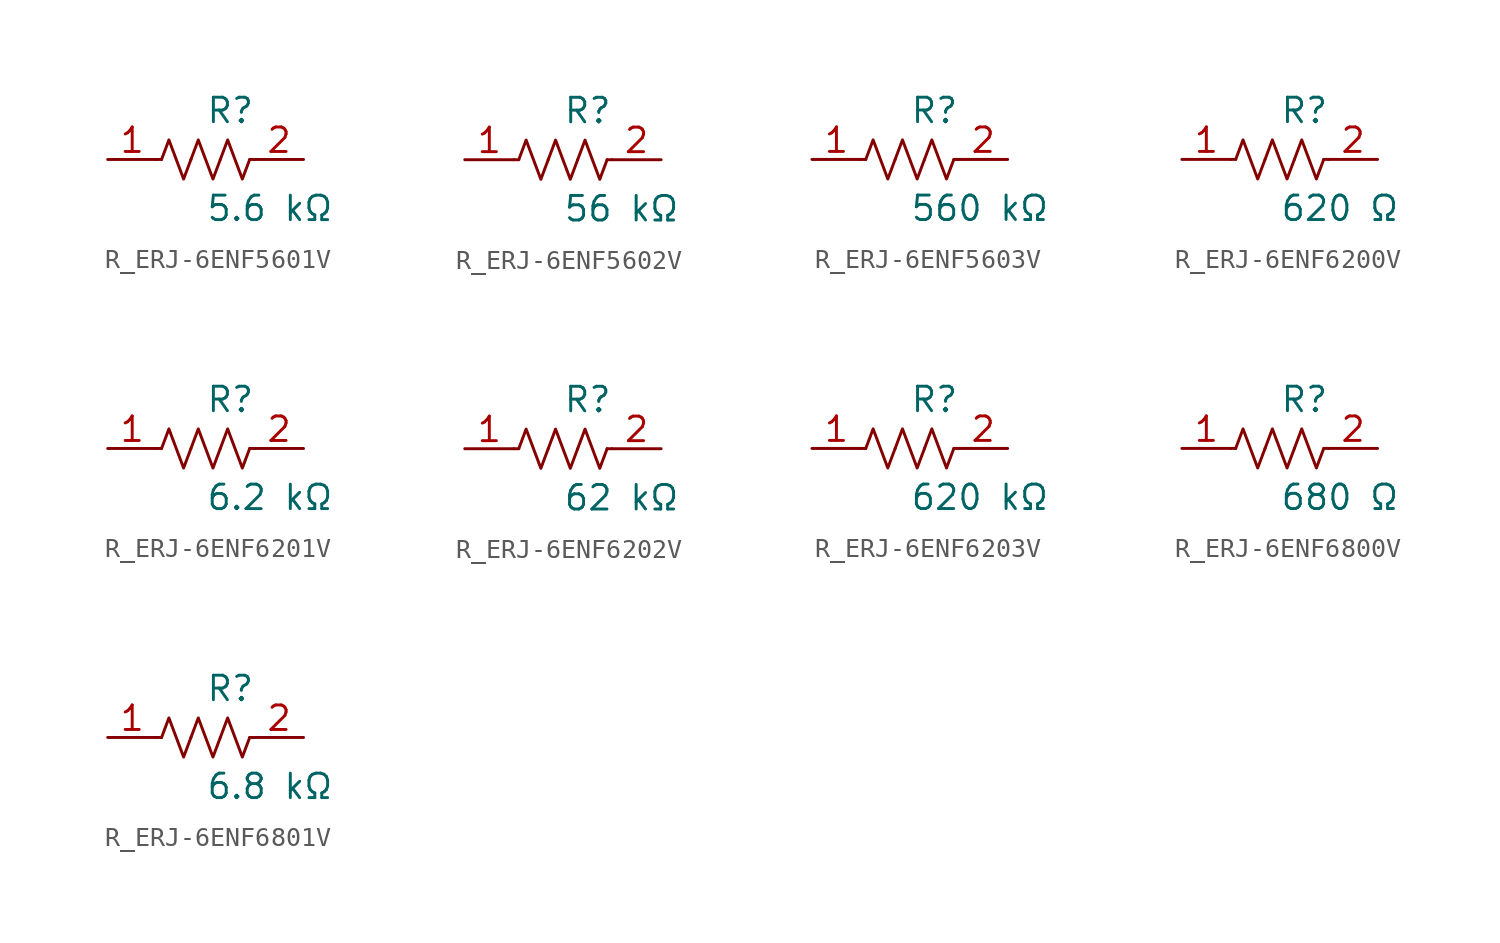
<source format=kicad_sym>
(kicad_symbol_lib
  (version 20231120)
  (generator kicad_symbol_editor)
  (generator_version 8.0)
  (symbol "R_ERJ-6ENF5601V"
    (pin_names
      (offset 0.254))
    (property "Reference" "R"
      (at 0.0 2.54 0)
      (effects (font (size 1.27 1.27)) (justify left)))
    (property "Value" "5.6 kΩ"
      (at 0.0 -2.54 0)
      (effects (font (size 1.27 1.27)) (justify left)))
    (symbol "R_ERJ-6ENF5601V_0_1"
      (polyline (pts (xy 2.286 0) (xy 2.54 0)) (stroke (width 0) (type default)) (fill (type none)))
      (polyline (pts (xy -2.286 0) (xy -2.54 0)) (stroke (width 0) (type default)) (fill (type none)))
      (polyline (pts (xy 0.762 0) (xy 1.143 1.016) (xy 1.524 0) (xy 1.905 -1.016) (xy 2.286 0)) (stroke (width 0) (type default)) (fill (type none)))
      (polyline (pts (xy -0.762 0) (xy -0.381 1.016) (xy 0 0) (xy 0.381 -1.016) (xy 0.762 0)) (stroke (width 0) (type default)) (fill (type none)))
      (polyline (pts (xy -2.286 0) (xy -1.905 1.016) (xy -1.524 0) (xy -1.143 -1.016) (xy -0.762 0)) (stroke (width 0) (type default)) (fill (type none))))
    (pin unspecified line
      (at -5.08 0 0)
      (length 2.54)
      (name "" (effects (font (size 1.27 1.27))))
      (number "1" (effects (font (size 1.27 1.27)))))
    (pin unspecified line
      (at 5.08 0 180)
      (length 2.54)
      (name "" (effects (font (size 1.27 1.27))))
      (number "2" (effects (font (size 1.27 1.27))))))
  (symbol "R_ERJ-6ENF5602V"
    (pin_names
      (offset 0.254))
    (property "Reference" "R"
      (at 0.0 2.54 0)
      (effects (font (size 1.27 1.27)) (justify left)))
    (property "Value" "56 kΩ"
      (at 0.0 -2.54 0)
      (effects (font (size 1.27 1.27)) (justify left)))
    (symbol "R_ERJ-6ENF5602V_0_1"
      (polyline (pts (xy 2.286 0) (xy 2.54 0)) (stroke (width 0) (type default)) (fill (type none)))
      (polyline (pts (xy -2.286 0) (xy -2.54 0)) (stroke (width 0) (type default)) (fill (type none)))
      (polyline (pts (xy 0.762 0) (xy 1.143 1.016) (xy 1.524 0) (xy 1.905 -1.016) (xy 2.286 0)) (stroke (width 0) (type default)) (fill (type none)))
      (polyline (pts (xy -0.762 0) (xy -0.381 1.016) (xy 0 0) (xy 0.381 -1.016) (xy 0.762 0)) (stroke (width 0) (type default)) (fill (type none)))
      (polyline (pts (xy -2.286 0) (xy -1.905 1.016) (xy -1.524 0) (xy -1.143 -1.016) (xy -0.762 0)) (stroke (width 0) (type default)) (fill (type none))))
    (pin unspecified line
      (at -5.08 0 0)
      (length 2.54)
      (name "" (effects (font (size 1.27 1.27))))
      (number "1" (effects (font (size 1.27 1.27)))))
    (pin unspecified line
      (at 5.08 0 180)
      (length 2.54)
      (name "" (effects (font (size 1.27 1.27))))
      (number "2" (effects (font (size 1.27 1.27))))))
  (symbol "R_ERJ-6ENF5603V"
    (pin_names
      (offset 0.254))
    (property "Reference" "R"
      (at 0.0 2.54 0)
      (effects (font (size 1.27 1.27)) (justify left)))
    (property "Value" "560 kΩ"
      (at 0.0 -2.54 0)
      (effects (font (size 1.27 1.27)) (justify left)))
    (symbol "R_ERJ-6ENF5603V_0_1"
      (polyline (pts (xy 2.286 0) (xy 2.54 0)) (stroke (width 0) (type default)) (fill (type none)))
      (polyline (pts (xy -2.286 0) (xy -2.54 0)) (stroke (width 0) (type default)) (fill (type none)))
      (polyline (pts (xy 0.762 0) (xy 1.143 1.016) (xy 1.524 0) (xy 1.905 -1.016) (xy 2.286 0)) (stroke (width 0) (type default)) (fill (type none)))
      (polyline (pts (xy -0.762 0) (xy -0.381 1.016) (xy 0 0) (xy 0.381 -1.016) (xy 0.762 0)) (stroke (width 0) (type default)) (fill (type none)))
      (polyline (pts (xy -2.286 0) (xy -1.905 1.016) (xy -1.524 0) (xy -1.143 -1.016) (xy -0.762 0)) (stroke (width 0) (type default)) (fill (type none))))
    (pin unspecified line
      (at -5.08 0 0)
      (length 2.54)
      (name "" (effects (font (size 1.27 1.27))))
      (number "1" (effects (font (size 1.27 1.27)))))
    (pin unspecified line
      (at 5.08 0 180)
      (length 2.54)
      (name "" (effects (font (size 1.27 1.27))))
      (number "2" (effects (font (size 1.27 1.27))))))
  (symbol "R_ERJ-6ENF6200V"
    (pin_names
      (offset 0.254))
    (property "Reference" "R"
      (at 0.0 2.54 0)
      (effects (font (size 1.27 1.27)) (justify left)))
    (property "Value" "620 Ω"
      (at 0.0 -2.54 0)
      (effects (font (size 1.27 1.27)) (justify left)))
    (symbol "R_ERJ-6ENF6200V_0_1"
      (polyline (pts (xy 2.286 0) (xy 2.54 0)) (stroke (width 0) (type default)) (fill (type none)))
      (polyline (pts (xy -2.286 0) (xy -2.54 0)) (stroke (width 0) (type default)) (fill (type none)))
      (polyline (pts (xy 0.762 0) (xy 1.143 1.016) (xy 1.524 0) (xy 1.905 -1.016) (xy 2.286 0)) (stroke (width 0) (type default)) (fill (type none)))
      (polyline (pts (xy -0.762 0) (xy -0.381 1.016) (xy 0 0) (xy 0.381 -1.016) (xy 0.762 0)) (stroke (width 0) (type default)) (fill (type none)))
      (polyline (pts (xy -2.286 0) (xy -1.905 1.016) (xy -1.524 0) (xy -1.143 -1.016) (xy -0.762 0)) (stroke (width 0) (type default)) (fill (type none))))
    (pin unspecified line
      (at -5.08 0 0)
      (length 2.54)
      (name "" (effects (font (size 1.27 1.27))))
      (number "1" (effects (font (size 1.27 1.27)))))
    (pin unspecified line
      (at 5.08 0 180)
      (length 2.54)
      (name "" (effects (font (size 1.27 1.27))))
      (number "2" (effects (font (size 1.27 1.27))))))
  (symbol "R_ERJ-6ENF6201V"
    (pin_names
      (offset 0.254))
    (property "Reference" "R"
      (at 0.0 2.54 0)
      (effects (font (size 1.27 1.27)) (justify left)))
    (property "Value" "6.2 kΩ"
      (at 0.0 -2.54 0)
      (effects (font (size 1.27 1.27)) (justify left)))
    (symbol "R_ERJ-6ENF6201V_0_1"
      (polyline (pts (xy 2.286 0) (xy 2.54 0)) (stroke (width 0) (type default)) (fill (type none)))
      (polyline (pts (xy -2.286 0) (xy -2.54 0)) (stroke (width 0) (type default)) (fill (type none)))
      (polyline (pts (xy 0.762 0) (xy 1.143 1.016) (xy 1.524 0) (xy 1.905 -1.016) (xy 2.286 0)) (stroke (width 0) (type default)) (fill (type none)))
      (polyline (pts (xy -0.762 0) (xy -0.381 1.016) (xy 0 0) (xy 0.381 -1.016) (xy 0.762 0)) (stroke (width 0) (type default)) (fill (type none)))
      (polyline (pts (xy -2.286 0) (xy -1.905 1.016) (xy -1.524 0) (xy -1.143 -1.016) (xy -0.762 0)) (stroke (width 0) (type default)) (fill (type none))))
    (pin unspecified line
      (at -5.08 0 0)
      (length 2.54)
      (name "" (effects (font (size 1.27 1.27))))
      (number "1" (effects (font (size 1.27 1.27)))))
    (pin unspecified line
      (at 5.08 0 180)
      (length 2.54)
      (name "" (effects (font (size 1.27 1.27))))
      (number "2" (effects (font (size 1.27 1.27))))))
  (symbol "R_ERJ-6ENF6202V"
    (pin_names
      (offset 0.254))
    (property "Reference" "R"
      (at 0.0 2.54 0)
      (effects (font (size 1.27 1.27)) (justify left)))
    (property "Value" "62 kΩ"
      (at 0.0 -2.54 0)
      (effects (font (size 1.27 1.27)) (justify left)))
    (symbol "R_ERJ-6ENF6202V_0_1"
      (polyline (pts (xy 2.286 0) (xy 2.54 0)) (stroke (width 0) (type default)) (fill (type none)))
      (polyline (pts (xy -2.286 0) (xy -2.54 0)) (stroke (width 0) (type default)) (fill (type none)))
      (polyline (pts (xy 0.762 0) (xy 1.143 1.016) (xy 1.524 0) (xy 1.905 -1.016) (xy 2.286 0)) (stroke (width 0) (type default)) (fill (type none)))
      (polyline (pts (xy -0.762 0) (xy -0.381 1.016) (xy 0 0) (xy 0.381 -1.016) (xy 0.762 0)) (stroke (width 0) (type default)) (fill (type none)))
      (polyline (pts (xy -2.286 0) (xy -1.905 1.016) (xy -1.524 0) (xy -1.143 -1.016) (xy -0.762 0)) (stroke (width 0) (type default)) (fill (type none))))
    (pin unspecified line
      (at -5.08 0 0)
      (length 2.54)
      (name "" (effects (font (size 1.27 1.27))))
      (number "1" (effects (font (size 1.27 1.27)))))
    (pin unspecified line
      (at 5.08 0 180)
      (length 2.54)
      (name "" (effects (font (size 1.27 1.27))))
      (number "2" (effects (font (size 1.27 1.27))))))
  (symbol "R_ERJ-6ENF6203V"
    (pin_names
      (offset 0.254))
    (property "Reference" "R"
      (at 0.0 2.54 0)
      (effects (font (size 1.27 1.27)) (justify left)))
    (property "Value" "620 kΩ"
      (at 0.0 -2.54 0)
      (effects (font (size 1.27 1.27)) (justify left)))
    (symbol "R_ERJ-6ENF6203V_0_1"
      (polyline (pts (xy 2.286 0) (xy 2.54 0)) (stroke (width 0) (type default)) (fill (type none)))
      (polyline (pts (xy -2.286 0) (xy -2.54 0)) (stroke (width 0) (type default)) (fill (type none)))
      (polyline (pts (xy 0.762 0) (xy 1.143 1.016) (xy 1.524 0) (xy 1.905 -1.016) (xy 2.286 0)) (stroke (width 0) (type default)) (fill (type none)))
      (polyline (pts (xy -0.762 0) (xy -0.381 1.016) (xy 0 0) (xy 0.381 -1.016) (xy 0.762 0)) (stroke (width 0) (type default)) (fill (type none)))
      (polyline (pts (xy -2.286 0) (xy -1.905 1.016) (xy -1.524 0) (xy -1.143 -1.016) (xy -0.762 0)) (stroke (width 0) (type default)) (fill (type none))))
    (pin unspecified line
      (at -5.08 0 0)
      (length 2.54)
      (name "" (effects (font (size 1.27 1.27))))
      (number "1" (effects (font (size 1.27 1.27)))))
    (pin unspecified line
      (at 5.08 0 180)
      (length 2.54)
      (name "" (effects (font (size 1.27 1.27))))
      (number "2" (effects (font (size 1.27 1.27))))))
  (symbol "R_ERJ-6ENF6800V"
    (pin_names
      (offset 0.254))
    (property "Reference" "R"
      (at 0.0 2.54 0)
      (effects (font (size 1.27 1.27)) (justify left)))
    (property "Value" "680 Ω"
      (at 0.0 -2.54 0)
      (effects (font (size 1.27 1.27)) (justify left)))
    (symbol "R_ERJ-6ENF6800V_0_1"
      (polyline (pts (xy 2.286 0) (xy 2.54 0)) (stroke (width 0) (type default)) (fill (type none)))
      (polyline (pts (xy -2.286 0) (xy -2.54 0)) (stroke (width 0) (type default)) (fill (type none)))
      (polyline (pts (xy 0.762 0) (xy 1.143 1.016) (xy 1.524 0) (xy 1.905 -1.016) (xy 2.286 0)) (stroke (width 0) (type default)) (fill (type none)))
      (polyline (pts (xy -0.762 0) (xy -0.381 1.016) (xy 0 0) (xy 0.381 -1.016) (xy 0.762 0)) (stroke (width 0) (type default)) (fill (type none)))
      (polyline (pts (xy -2.286 0) (xy -1.905 1.016) (xy -1.524 0) (xy -1.143 -1.016) (xy -0.762 0)) (stroke (width 0) (type default)) (fill (type none))))
    (pin unspecified line
      (at -5.08 0 0)
      (length 2.54)
      (name "" (effects (font (size 1.27 1.27))))
      (number "1" (effects (font (size 1.27 1.27)))))
    (pin unspecified line
      (at 5.08 0 180)
      (length 2.54)
      (name "" (effects (font (size 1.27 1.27))))
      (number "2" (effects (font (size 1.27 1.27))))))
  (symbol "R_ERJ-6ENF6801V"
    (pin_names
      (offset 0.254))
    (property "Reference" "R"
      (at 0.0 2.54 0)
      (effects (font (size 1.27 1.27)) (justify left)))
    (property "Value" "6.8 kΩ"
      (at 0.0 -2.54 0)
      (effects (font (size 1.27 1.27)) (justify left)))
    (symbol "R_ERJ-6ENF6801V_0_1"
      (polyline (pts (xy 2.286 0) (xy 2.54 0)) (stroke (width 0) (type default)) (fill (type none)))
      (polyline (pts (xy -2.286 0) (xy -2.54 0)) (stroke (width 0) (type default)) (fill (type none)))
      (polyline (pts (xy 0.762 0) (xy 1.143 1.016) (xy 1.524 0) (xy 1.905 -1.016) (xy 2.286 0)) (stroke (width 0) (type default)) (fill (type none)))
      (polyline (pts (xy -0.762 0) (xy -0.381 1.016) (xy 0 0) (xy 0.381 -1.016) (xy 0.762 0)) (stroke (width 0) (type default)) (fill (type none)))
      (polyline (pts (xy -2.286 0) (xy -1.905 1.016) (xy -1.524 0) (xy -1.143 -1.016) (xy -0.762 0)) (stroke (width 0) (type default)) (fill (type none))))
    (pin unspecified line
      (at -5.08 0 0)
      (length 2.54)
      (name "" (effects (font (size 1.27 1.27))))
      (number "1" (effects (font (size 1.27 1.27)))))
    (pin unspecified line
      (at 5.08 0 180)
      (length 2.54)
      (name "" (effects (font (size 1.27 1.27))))
      (number "2" (effects (font (size 1.27 1.27)))))))
</source>
